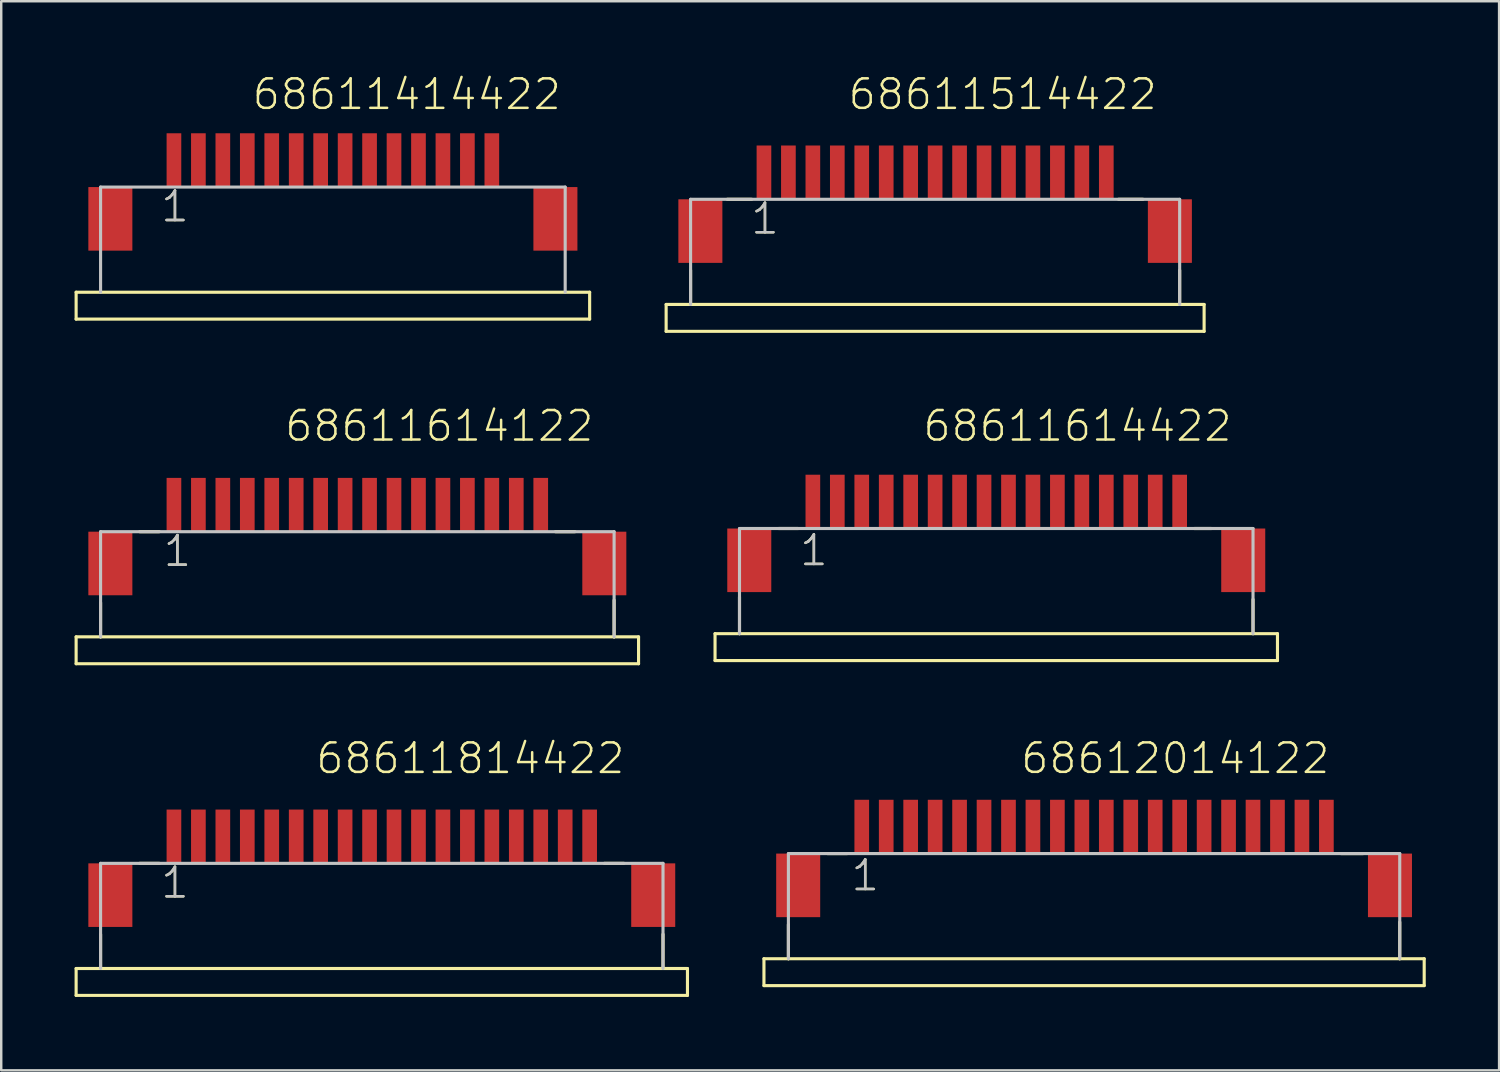
<source format=kicad_pcb>
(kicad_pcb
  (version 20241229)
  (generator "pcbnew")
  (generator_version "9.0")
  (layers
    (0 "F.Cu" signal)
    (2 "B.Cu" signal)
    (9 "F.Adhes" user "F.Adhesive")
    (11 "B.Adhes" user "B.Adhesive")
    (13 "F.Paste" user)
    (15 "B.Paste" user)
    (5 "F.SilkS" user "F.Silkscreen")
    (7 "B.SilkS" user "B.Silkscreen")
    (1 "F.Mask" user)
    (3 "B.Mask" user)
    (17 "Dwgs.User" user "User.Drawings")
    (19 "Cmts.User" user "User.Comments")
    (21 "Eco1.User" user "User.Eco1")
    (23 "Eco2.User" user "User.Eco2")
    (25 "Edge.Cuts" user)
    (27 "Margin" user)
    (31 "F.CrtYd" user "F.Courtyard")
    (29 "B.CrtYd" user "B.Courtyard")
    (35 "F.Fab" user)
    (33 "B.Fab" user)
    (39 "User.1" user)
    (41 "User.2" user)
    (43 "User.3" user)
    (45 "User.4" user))
  (footprint "68611614122"
    (layer "F.Cu")
    (at 11.563 19.993)
    (property "Reference" "68611614122" (at -3.032 -4.918 0) (layer "F.SilkS") (effects (font (size 1.206 1.206) (thickness 0.102)) (justify left bottom)))
    (attr through_hole)
    (fp_line (start -11.5 3) (end -10.5 3) (stroke (width 0.127) (type solid)) (layer "F.SilkS"))
    (fp_line (start -11.5 4.1) (end -11.5 3) (stroke (width 0.127) (type solid)) (layer "F.SilkS"))
    (fp_line (start -10.5 1.6) (end -10.5 3) (stroke (width 0.127) (type solid)) (layer "F.SilkS"))
    (fp_line (start -10.5 3) (end 10.5 3) (stroke (width 0.127) (type solid)) (layer "F.SilkS"))
    (fp_line (start -8.9 -1.3) (end -8.1 -1.3) (stroke (width 0.127) (type solid)) (layer "F.SilkS"))
    (fp_line (start 8.1 -1.3) (end 8.9 -1.3) (stroke (width 0.127) (type solid)) (layer "F.SilkS"))
    (fp_line (start 10.5 1.5) (end 10.5 3) (stroke (width 0.127) (type solid)) (layer "F.SilkS"))
    (fp_line (start 10.5 3) (end 11.5 3) (stroke (width 0.127) (type solid)) (layer "F.SilkS"))
    (fp_line (start 11.5 3) (end 11.5 4.1) (stroke (width 0.127) (type solid)) (layer "F.SilkS"))
    (fp_line (start 11.5 4.1) (end -11.5 4.1) (stroke (width 0.127) (type solid)) (layer "F.SilkS"))
    (fp_line (start -10.5 -1.3) (end 10.5 -1.3) (stroke (width 0.127) (type solid)) (layer "Dwgs.User"))
    (fp_line (start -10.5 3) (end -10.5 -1.3) (stroke (width 0.127) (type solid)) (layer "Dwgs.User"))
    (fp_line (start 10.5 -1.3) (end 10.5 3) (stroke (width 0.127) (type solid)) (layer "Dwgs.User"))
    (fp_text user "1" (at -8 0.2 0) (layer "F.SilkS") (effects (font (size 1.206 1.206) (thickness 0.102)) (justify left bottom)))
    (fp_text user "1" (at -8 0.2 0) (layer "Dwgs.User") (effects (font (size 1.206 1.206) (thickness 0.102)) (justify left bottom)))
    (pad "1" smd rect (at -7.5 -2.4) (size 0.6 2.2) (layers "F.Cu" "F.Mask" "F.Paste"))
    (pad "2" smd rect (at -6.5 -2.4) (size 0.6 2.2) (layers "F.Cu" "F.Mask" "F.Paste"))
    (pad "3" smd rect (at -5.5 -2.4) (size 0.6 2.2) (layers "F.Cu" "F.Mask" "F.Paste"))
    (pad "4" smd rect (at -4.5 -2.4) (size 0.6 2.2) (layers "F.Cu" "F.Mask" "F.Paste"))
    (pad "5" smd rect (at -3.5 -2.4) (size 0.6 2.2) (layers "F.Cu" "F.Mask" "F.Paste"))
    (pad "6" smd rect (at -2.5 -2.4) (size 0.6 2.2) (layers "F.Cu" "F.Mask" "F.Paste"))
    (pad "7" smd rect (at -1.5 -2.4) (size 0.6 2.2) (layers "F.Cu" "F.Mask" "F.Paste"))
    (pad "8" smd rect (at -0.5 -2.4) (size 0.6 2.2) (layers "F.Cu" "F.Mask" "F.Paste"))
    (pad "9" smd rect (at 0.5 -2.4) (size 0.6 2.2) (layers "F.Cu" "F.Mask" "F.Paste"))
    (pad "10" smd rect (at 1.5 -2.4) (size 0.6 2.2) (layers "F.Cu" "F.Mask" "F.Paste"))
    (pad "11" smd rect (at 2.5 -2.4) (size 0.6 2.2) (layers "F.Cu" "F.Mask" "F.Paste"))
    (pad "12" smd rect (at 3.5 -2.4) (size 0.6 2.2) (layers "F.Cu" "F.Mask" "F.Paste"))
    (pad "13" smd rect (at 4.5 -2.4) (size 0.6 2.2) (layers "F.Cu" "F.Mask" "F.Paste"))
    (pad "14" smd rect (at 5.5 -2.4) (size 0.6 2.2) (layers "F.Cu" "F.Mask" "F.Paste"))
    (pad "15" smd rect (at 6.5 -2.4) (size 0.6 2.2) (layers "F.Cu" "F.Mask" "F.Paste"))
    (pad "16" smd rect (at 7.5 -2.4) (size 0.6 2.2) (layers "F.Cu" "F.Mask" "F.Paste"))
    (pad "Z1" smd rect (at -10.1 0) (size 1.8 2.6) (layers "F.Cu" "F.Mask" "F.Paste"))
    (pad "Z2" smd rect (at 10.1 0) (size 1.8 2.6) (layers "F.Cu" "F.Mask" "F.Paste")))
  (footprint "68611814422"
    (layer "F.Cu")
    (at 12.563 33.556)
    (property "Reference" "68611814422" (at -2.762 -4.888 0) (layer "F.SilkS") (effects (font (size 1.206 1.206) (thickness 0.102)) (justify left bottom)))
    (attr through_hole)
    (fp_line (start -12.5 3) (end -11.5 3) (stroke (width 0.127) (type solid)) (layer "F.SilkS"))
    (fp_line (start -12.5 4.1) (end -12.5 3) (stroke (width 0.127) (type solid)) (layer "F.SilkS"))
    (fp_line (start -11.5 1.6) (end -11.5 3) (stroke (width 0.127) (type solid)) (layer "F.SilkS"))
    (fp_line (start -11.5 3) (end 11.5 3) (stroke (width 0.127) (type solid)) (layer "F.SilkS"))
    (fp_line (start -9.9 -1.3) (end -9.1 -1.3) (stroke (width 0.127) (type solid)) (layer "F.SilkS"))
    (fp_line (start 9.1 -1.3) (end 9.9 -1.3) (stroke (width 0.127) (type solid)) (layer "F.SilkS"))
    (fp_line (start 11.5 1.6) (end 11.5 3) (stroke (width 0.127) (type solid)) (layer "F.SilkS"))
    (fp_line (start 11.5 3) (end 12.5 3) (stroke (width 0.127) (type solid)) (layer "F.SilkS"))
    (fp_line (start 12.5 3) (end 12.5 4.1) (stroke (width 0.127) (type solid)) (layer "F.SilkS"))
    (fp_line (start 12.5 4.1) (end -12.5 4.1) (stroke (width 0.127) (type solid)) (layer "F.SilkS"))
    (fp_line (start -11.5 -1.3) (end 11.5 -1.3) (stroke (width 0.127) (type solid)) (layer "Dwgs.User"))
    (fp_line (start -11.5 3) (end -11.5 -1.3) (stroke (width 0.127) (type solid)) (layer "Dwgs.User"))
    (fp_line (start 11.5 -1.3) (end 11.5 3) (stroke (width 0.127) (type solid)) (layer "Dwgs.User"))
    (fp_text user "1" (at -9.1 0.2 0) (layer "F.SilkS") (effects (font (size 1.206 1.206) (thickness 0.102)) (justify left bottom)))
    (fp_text user "1" (at -9.1 0.2 0) (layer "Dwgs.User") (effects (font (size 1.206 1.206) (thickness 0.102)) (justify left bottom)))
    (pad "1" smd rect (at -8.5 -2.4) (size 0.6 2.2) (layers "F.Cu" "F.Mask" "F.Paste"))
    (pad "2" smd rect (at -7.5 -2.4) (size 0.6 2.2) (layers "F.Cu" "F.Mask" "F.Paste"))
    (pad "3" smd rect (at -6.5 -2.4) (size 0.6 2.2) (layers "F.Cu" "F.Mask" "F.Paste"))
    (pad "4" smd rect (at -5.5 -2.4) (size 0.6 2.2) (layers "F.Cu" "F.Mask" "F.Paste"))
    (pad "5" smd rect (at -4.5 -2.4) (size 0.6 2.2) (layers "F.Cu" "F.Mask" "F.Paste"))
    (pad "6" smd rect (at -3.5 -2.4) (size 0.6 2.2) (layers "F.Cu" "F.Mask" "F.Paste"))
    (pad "7" smd rect (at -2.5 -2.4) (size 0.6 2.2) (layers "F.Cu" "F.Mask" "F.Paste"))
    (pad "8" smd rect (at -1.5 -2.4) (size 0.6 2.2) (layers "F.Cu" "F.Mask" "F.Paste"))
    (pad "9" smd rect (at -0.5 -2.4) (size 0.6 2.2) (layers "F.Cu" "F.Mask" "F.Paste"))
    (pad "10" smd rect (at 0.5 -2.4) (size 0.6 2.2) (layers "F.Cu" "F.Mask" "F.Paste"))
    (pad "11" smd rect (at 1.5 -2.4) (size 0.6 2.2) (layers "F.Cu" "F.Mask" "F.Paste"))
    (pad "12" smd rect (at 2.5 -2.4) (size 0.6 2.2) (layers "F.Cu" "F.Mask" "F.Paste"))
    (pad "13" smd rect (at 3.5 -2.4) (size 0.6 2.2) (layers "F.Cu" "F.Mask" "F.Paste"))
    (pad "14" smd rect (at 4.5 -2.4) (size 0.6 2.2) (layers "F.Cu" "F.Mask" "F.Paste"))
    (pad "15" smd rect (at 5.5 -2.4) (size 0.6 2.2) (layers "F.Cu" "F.Mask" "F.Paste"))
    (pad "16" smd rect (at 6.5 -2.4) (size 0.6 2.2) (layers "F.Cu" "F.Mask" "F.Paste"))
    (pad "17" smd rect (at 7.5 -2.4) (size 0.6 2.2) (layers "F.Cu" "F.Mask" "F.Paste"))
    (pad "18" smd rect (at 8.5 -2.4) (size 0.6 2.2) (layers "F.Cu" "F.Mask" "F.Paste"))
    (pad "Z1" smd rect (at -11.1 0) (size 1.8 2.6) (layers "F.Cu" "F.Mask" "F.Paste"))
    (pad "Z2" smd rect (at 11.1 0) (size 1.8 2.6) (layers "F.Cu" "F.Mask" "F.Paste")))
  (footprint "68612014122"
    (layer "F.Cu")
    (at 41.691 33.156)
    (property "Reference" "68612014122" (at -3.062 -4.489 0) (layer "F.SilkS") (effects (font (size 1.206 1.206) (thickness 0.102)) (justify left bottom)))
    (attr through_hole)
    (fp_line (start -13.5 3) (end -12.5 3) (stroke (width 0.127) (type solid)) (layer "F.SilkS"))
    (fp_line (start -13.5 4.1) (end -13.5 3) (stroke (width 0.127) (type solid)) (layer "F.SilkS"))
    (fp_line (start -12.5 1.6) (end -12.5 3) (stroke (width 0.127) (type solid)) (layer "F.SilkS"))
    (fp_line (start -12.5 3) (end 12.5 3) (stroke (width 0.127) (type solid)) (layer "F.SilkS"))
    (fp_line (start -10.9 -1.3) (end -10.1 -1.3) (stroke (width 0.127) (type solid)) (layer "F.SilkS"))
    (fp_line (start 10.1 -1.3) (end 11 -1.3) (stroke (width 0.127) (type solid)) (layer "F.SilkS"))
    (fp_line (start 12.5 1.5) (end 12.5 3) (stroke (width 0.127) (type solid)) (layer "F.SilkS"))
    (fp_line (start 12.5 3) (end 13.5 3) (stroke (width 0.127) (type solid)) (layer "F.SilkS"))
    (fp_line (start 13.5 3) (end 13.5 4.1) (stroke (width 0.127) (type solid)) (layer "F.SilkS"))
    (fp_line (start 13.5 4.1) (end -13.5 4.1) (stroke (width 0.127) (type solid)) (layer "F.SilkS"))
    (fp_line (start -12.5 -1.3) (end 12.5 -1.3) (stroke (width 0.127) (type solid)) (layer "Dwgs.User"))
    (fp_line (start -12.5 3) (end -12.5 -1.3) (stroke (width 0.127) (type solid)) (layer "Dwgs.User"))
    (fp_line (start 12.5 -1.3) (end 12.5 3) (stroke (width 0.127) (type solid)) (layer "Dwgs.User"))
    (fp_text user "1" (at -10 0.3 0) (layer "F.SilkS") (effects (font (size 1.206 1.206) (thickness 0.102)) (justify left bottom)))
    (fp_text user "1" (at -10 0.3 0) (layer "Dwgs.User") (effects (font (size 1.206 1.206) (thickness 0.102)) (justify left bottom)))
    (pad "1" smd rect (at -9.5 -2.4) (size 0.6 2.2) (layers "F.Cu" "F.Mask" "F.Paste"))
    (pad "2" smd rect (at -8.5 -2.4) (size 0.6 2.2) (layers "F.Cu" "F.Mask" "F.Paste"))
    (pad "3" smd rect (at -7.5 -2.4) (size 0.6 2.2) (layers "F.Cu" "F.Mask" "F.Paste"))
    (pad "4" smd rect (at -6.5 -2.4) (size 0.6 2.2) (layers "F.Cu" "F.Mask" "F.Paste"))
    (pad "5" smd rect (at -5.5 -2.4) (size 0.6 2.2) (layers "F.Cu" "F.Mask" "F.Paste"))
    (pad "6" smd rect (at -4.5 -2.4) (size 0.6 2.2) (layers "F.Cu" "F.Mask" "F.Paste"))
    (pad "7" smd rect (at -3.5 -2.4) (size 0.6 2.2) (layers "F.Cu" "F.Mask" "F.Paste"))
    (pad "8" smd rect (at -2.5 -2.4) (size 0.6 2.2) (layers "F.Cu" "F.Mask" "F.Paste"))
    (pad "9" smd rect (at -1.5 -2.4) (size 0.6 2.2) (layers "F.Cu" "F.Mask" "F.Paste"))
    (pad "10" smd rect (at -0.5 -2.4) (size 0.6 2.2) (layers "F.Cu" "F.Mask" "F.Paste"))
    (pad "11" smd rect (at 0.5 -2.4) (size 0.6 2.2) (layers "F.Cu" "F.Mask" "F.Paste"))
    (pad "12" smd rect (at 1.5 -2.4) (size 0.6 2.2) (layers "F.Cu" "F.Mask" "F.Paste"))
    (pad "13" smd rect (at 2.5 -2.4) (size 0.6 2.2) (layers "F.Cu" "F.Mask" "F.Paste"))
    (pad "14" smd rect (at 3.5 -2.4) (size 0.6 2.2) (layers "F.Cu" "F.Mask" "F.Paste"))
    (pad "15" smd rect (at 4.5 -2.4) (size 0.6 2.2) (layers "F.Cu" "F.Mask" "F.Paste"))
    (pad "16" smd rect (at 5.5 -2.4) (size 0.6 2.2) (layers "F.Cu" "F.Mask" "F.Paste"))
    (pad "17" smd rect (at 6.5 -2.4) (size 0.6 2.2) (layers "F.Cu" "F.Mask" "F.Paste"))
    (pad "18" smd rect (at 7.5 -2.4) (size 0.6 2.2) (layers "F.Cu" "F.Mask" "F.Paste"))
    (pad "19" smd rect (at 8.5 -2.4) (size 0.6 2.2) (layers "F.Cu" "F.Mask" "F.Paste"))
    (pad "20" smd rect (at 9.5 -2.4) (size 0.6 2.2) (layers "F.Cu" "F.Mask" "F.Paste"))
    (pad "Z1" smd rect (at -12.1 0) (size 1.8 2.6) (layers "F.Cu" "F.Mask" "F.Paste"))
    (pad "Z2" smd rect (at 12.1 0) (size 1.8 2.6) (layers "F.Cu" "F.Mask" "F.Paste")))
  (footprint "68611414422"
    (layer "F.Cu")
    (at 10.563 5.9)
    (property "Reference" "68611414422" (at -3.362 -4.388 0) (layer "F.SilkS") (effects (font (size 1.206 1.206) (thickness 0.102)) (justify left bottom)))
    (attr through_hole)
    (fp_line (start -10.5 3) (end 10.5 3) (stroke (width 0.127) (type solid)) (layer "F.SilkS"))
    (fp_line (start -10.5 4.1) (end -10.5 3) (stroke (width 0.127) (type solid)) (layer "F.SilkS"))
    (fp_line (start 10.5 3) (end 10.5 4.1) (stroke (width 0.127) (type solid)) (layer "F.SilkS"))
    (fp_line (start 10.5 4.1) (end -10.5 4.1) (stroke (width 0.127) (type solid)) (layer "F.SilkS"))
    (fp_line (start -9.5 -1.3) (end 9.5 -1.3) (stroke (width 0.127) (type solid)) (layer "Dwgs.User"))
    (fp_line (start -9.5 3) (end -9.5 -1.3) (stroke (width 0.127) (type solid)) (layer "Dwgs.User"))
    (fp_line (start 9.5 -1.3) (end 9.5 3) (stroke (width 0.127) (type solid)) (layer "Dwgs.User"))
    (fp_text user "1" (at -7.1 0.2 0) (layer "F.SilkS") (effects (font (size 1.206 1.206) (thickness 0.102)) (justify left bottom)))
    (fp_text user "1" (at -7.1 0.2 0) (layer "Dwgs.User") (effects (font (size 1.206 1.206) (thickness 0.102)) (justify left bottom)))
    (pad "1" smd rect (at -6.5 -2.4) (size 0.6 2.2) (layers "F.Cu" "F.Mask" "F.Paste"))
    (pad "2" smd rect (at -5.5 -2.4) (size 0.6 2.2) (layers "F.Cu" "F.Mask" "F.Paste"))
    (pad "3" smd rect (at -4.5 -2.4) (size 0.6 2.2) (layers "F.Cu" "F.Mask" "F.Paste"))
    (pad "4" smd rect (at -3.5 -2.4) (size 0.6 2.2) (layers "F.Cu" "F.Mask" "F.Paste"))
    (pad "5" smd rect (at -2.5 -2.4) (size 0.6 2.2) (layers "F.Cu" "F.Mask" "F.Paste"))
    (pad "6" smd rect (at -1.5 -2.4) (size 0.6 2.2) (layers "F.Cu" "F.Mask" "F.Paste"))
    (pad "7" smd rect (at -0.5 -2.4) (size 0.6 2.2) (layers "F.Cu" "F.Mask" "F.Paste"))
    (pad "8" smd rect (at 0.5 -2.4) (size 0.6 2.2) (layers "F.Cu" "F.Mask" "F.Paste"))
    (pad "9" smd rect (at 1.5 -2.4) (size 0.6 2.2) (layers "F.Cu" "F.Mask" "F.Paste"))
    (pad "10" smd rect (at 2.5 -2.4) (size 0.6 2.2) (layers "F.Cu" "F.Mask" "F.Paste"))
    (pad "11" smd rect (at 3.5 -2.4) (size 0.6 2.2) (layers "F.Cu" "F.Mask" "F.Paste"))
    (pad "12" smd rect (at 4.5 -2.4) (size 0.6 2.2) (layers "F.Cu" "F.Mask" "F.Paste"))
    (pad "13" smd rect (at 5.5 -2.4) (size 0.6 2.2) (layers "F.Cu" "F.Mask" "F.Paste"))
    (pad "14" smd rect (at 6.5 -2.4) (size 0.6 2.2) (layers "F.Cu" "F.Mask" "F.Paste"))
    (pad "Z1" smd rect (at -9.1 0) (size 1.8 2.6) (layers "F.Cu" "F.Mask" "F.Paste"))
    (pad "Z2" smd rect (at 9.1 0) (size 1.8 2.6) (layers "F.Cu" "F.Mask" "F.Paste")))
  (footprint "68611614422"
    (layer "F.Cu")
    (at 37.691 19.863)
    (property "Reference" "68611614422" (at -3.062 -4.788 0) (layer "F.SilkS") (effects (font (size 1.206 1.206) (thickness 0.102)) (justify left bottom)))
    (attr through_hole)
    (fp_line (start -11.5 3) (end -10.5 3) (stroke (width 0.127) (type solid)) (layer "F.SilkS"))
    (fp_line (start -11.5 4.1) (end -11.5 3) (stroke (width 0.127) (type solid)) (layer "F.SilkS"))
    (fp_line (start -10.5 1.5) (end -10.5 3) (stroke (width 0.127) (type solid)) (layer "F.SilkS"))
    (fp_line (start -10.5 3) (end 10.5 3) (stroke (width 0.127) (type solid)) (layer "F.SilkS"))
    (fp_line (start -8.9 -1.3) (end -8.1 -1.3) (stroke (width 0.127) (type solid)) (layer "F.SilkS"))
    (fp_line (start 8.1 -1.3) (end 8.8 -1.3) (stroke (width 0.127) (type solid)) (layer "F.SilkS"))
    (fp_line (start 10.5 1.6) (end 10.5 3) (stroke (width 0.127) (type solid)) (layer "F.SilkS"))
    (fp_line (start 10.5 3) (end 11.5 3) (stroke (width 0.127) (type solid)) (layer "F.SilkS"))
    (fp_line (start 11.5 3) (end 11.5 4.1) (stroke (width 0.127) (type solid)) (layer "F.SilkS"))
    (fp_line (start 11.5 4.1) (end -11.5 4.1) (stroke (width 0.127) (type solid)) (layer "F.SilkS"))
    (fp_line (start -10.5 -1.3) (end 10.5 -1.3) (stroke (width 0.127) (type solid)) (layer "Dwgs.User"))
    (fp_line (start -10.5 3) (end -10.5 -1.3) (stroke (width 0.127) (type solid)) (layer "Dwgs.User"))
    (fp_line (start 10.5 -1.3) (end 10.5 3) (stroke (width 0.127) (type solid)) (layer "Dwgs.User"))
    (fp_text user "1" (at -8.1 0.3 0) (layer "F.SilkS") (effects (font (size 1.206 1.206) (thickness 0.102)) (justify left bottom)))
    (fp_text user "1" (at -8.1 0.3 0) (layer "Dwgs.User") (effects (font (size 1.206 1.206) (thickness 0.102)) (justify left bottom)))
    (pad "1" smd rect (at -7.5 -2.4) (size 0.6 2.2) (layers "F.Cu" "F.Mask" "F.Paste"))
    (pad "2" smd rect (at -6.5 -2.4) (size 0.6 2.2) (layers "F.Cu" "F.Mask" "F.Paste"))
    (pad "3" smd rect (at -5.5 -2.4) (size 0.6 2.2) (layers "F.Cu" "F.Mask" "F.Paste"))
    (pad "4" smd rect (at -4.5 -2.4) (size 0.6 2.2) (layers "F.Cu" "F.Mask" "F.Paste"))
    (pad "5" smd rect (at -3.5 -2.4) (size 0.6 2.2) (layers "F.Cu" "F.Mask" "F.Paste"))
    (pad "6" smd rect (at -2.5 -2.4) (size 0.6 2.2) (layers "F.Cu" "F.Mask" "F.Paste"))
    (pad "7" smd rect (at -1.5 -2.4) (size 0.6 2.2) (layers "F.Cu" "F.Mask" "F.Paste"))
    (pad "8" smd rect (at -0.5 -2.4) (size 0.6 2.2) (layers "F.Cu" "F.Mask" "F.Paste"))
    (pad "9" smd rect (at 0.5 -2.4) (size 0.6 2.2) (layers "F.Cu" "F.Mask" "F.Paste"))
    (pad "10" smd rect (at 1.5 -2.4) (size 0.6 2.2) (layers "F.Cu" "F.Mask" "F.Paste"))
    (pad "11" smd rect (at 2.5 -2.4) (size 0.6 2.2) (layers "F.Cu" "F.Mask" "F.Paste"))
    (pad "12" smd rect (at 3.5 -2.4) (size 0.6 2.2) (layers "F.Cu" "F.Mask" "F.Paste"))
    (pad "13" smd rect (at 4.5 -2.4) (size 0.6 2.2) (layers "F.Cu" "F.Mask" "F.Paste"))
    (pad "14" smd rect (at 5.5 -2.4) (size 0.6 2.2) (layers "F.Cu" "F.Mask" "F.Paste"))
    (pad "15" smd rect (at 6.5 -2.4) (size 0.6 2.2) (layers "F.Cu" "F.Mask" "F.Paste"))
    (pad "16" smd rect (at 7.5 -2.4) (size 0.6 2.2) (layers "F.Cu" "F.Mask" "F.Paste"))
    (pad "Z1" smd rect (at -10.1 0) (size 1.8 2.6) (layers "F.Cu" "F.Mask" "F.Paste"))
    (pad "Z2" smd rect (at 10.1 0) (size 1.8 2.6) (layers "F.Cu" "F.Mask" "F.Paste")))
  (footprint "68611514422"
    (layer "F.Cu")
    (at 35.191 6.4)
    (property "Reference" "68611514422" (at -3.622 -4.888 0) (layer "F.SilkS") (effects (font (size 1.206 1.206) (thickness 0.102)) (justify left bottom)))
    (attr through_hole)
    (fp_line (start -11 3) (end -10 3) (stroke (width 0.127) (type solid)) (layer "F.SilkS"))
    (fp_line (start -11 4.1) (end -11 3) (stroke (width 0.127) (type solid)) (layer "F.SilkS"))
    (fp_line (start -10 1.6) (end -10 3) (stroke (width 0.127) (type solid)) (layer "F.SilkS"))
    (fp_line (start -10 3) (end 10 3) (stroke (width 0.127) (type solid)) (layer "F.SilkS"))
    (fp_line (start -8.5 -1.3) (end -7.5 -1.3) (stroke (width 0.127) (type solid)) (layer "F.SilkS"))
    (fp_line (start 7.5 -1.3) (end 8.5 -1.3) (stroke (width 0.127) (type solid)) (layer "F.SilkS"))
    (fp_line (start 10 1.6) (end 10 3) (stroke (width 0.127) (type solid)) (layer "F.SilkS"))
    (fp_line (start 10 3) (end 11 3) (stroke (width 0.127) (type solid)) (layer "F.SilkS"))
    (fp_line (start 11 3) (end 11 4.1) (stroke (width 0.127) (type solid)) (layer "F.SilkS"))
    (fp_line (start 11 4.1) (end -11 4.1) (stroke (width 0.127) (type solid)) (layer "F.SilkS"))
    (fp_line (start -10 -1.3) (end 10 -1.3) (stroke (width 0.127) (type solid)) (layer "Dwgs.User"))
    (fp_line (start -10 3) (end -10 -1.3) (stroke (width 0.127) (type solid)) (layer "Dwgs.User"))
    (fp_line (start 10 -1.3) (end 10 3) (stroke (width 0.127) (type solid)) (layer "Dwgs.User"))
    (fp_text user "1" (at -7.6 0.2 0) (layer "F.SilkS") (effects (font (size 1.206 1.206) (thickness 0.102)) (justify left bottom)))
    (fp_text user "1" (at -7.6 0.2 0) (layer "Dwgs.User") (effects (font (size 1.206 1.206) (thickness 0.102)) (justify left bottom)))
    (pad "1" smd rect (at -7 -2.4) (size 0.6 2.2) (layers "F.Cu" "F.Mask" "F.Paste"))
    (pad "2" smd rect (at -6 -2.4) (size 0.6 2.2) (layers "F.Cu" "F.Mask" "F.Paste"))
    (pad "3" smd rect (at -5 -2.4) (size 0.6 2.2) (layers "F.Cu" "F.Mask" "F.Paste"))
    (pad "4" smd rect (at -4 -2.4) (size 0.6 2.2) (layers "F.Cu" "F.Mask" "F.Paste"))
    (pad "5" smd rect (at -3 -2.4) (size 0.6 2.2) (layers "F.Cu" "F.Mask" "F.Paste"))
    (pad "6" smd rect (at -2 -2.4) (size 0.6 2.2) (layers "F.Cu" "F.Mask" "F.Paste"))
    (pad "7" smd rect (at -1 -2.4) (size 0.6 2.2) (layers "F.Cu" "F.Mask" "F.Paste"))
    (pad "8" smd rect (at 0 -2.4) (size 0.6 2.2) (layers "F.Cu" "F.Mask" "F.Paste"))
    (pad "9" smd rect (at 1 -2.4) (size 0.6 2.2) (layers "F.Cu" "F.Mask" "F.Paste"))
    (pad "10" smd rect (at 2 -2.4) (size 0.6 2.2) (layers "F.Cu" "F.Mask" "F.Paste"))
    (pad "11" smd rect (at 3 -2.4) (size 0.6 2.2) (layers "F.Cu" "F.Mask" "F.Paste"))
    (pad "12" smd rect (at 4 -2.4) (size 0.6 2.2) (layers "F.Cu" "F.Mask" "F.Paste"))
    (pad "13" smd rect (at 5 -2.4) (size 0.6 2.2) (layers "F.Cu" "F.Mask" "F.Paste"))
    (pad "14" smd rect (at 6 -2.4) (size 0.6 2.2) (layers "F.Cu" "F.Mask" "F.Paste"))
    (pad "15" smd rect (at 7 -2.4) (size 0.6 2.2) (layers "F.Cu" "F.Mask" "F.Paste"))
    (pad "Z1" smd rect (at -9.6 0) (size 1.8 2.6) (layers "F.Cu" "F.Mask" "F.Paste"))
    (pad "Z2" smd rect (at 9.6 0) (size 1.8 2.6) (layers "F.Cu" "F.Mask" "F.Paste")))
  (gr_rect
    (start -3 -3)
    (end 58.254 40.72)
    (stroke (width 0.1) (type default))
    (fill no)
    (layer "Edge.Cuts")))
</source>
